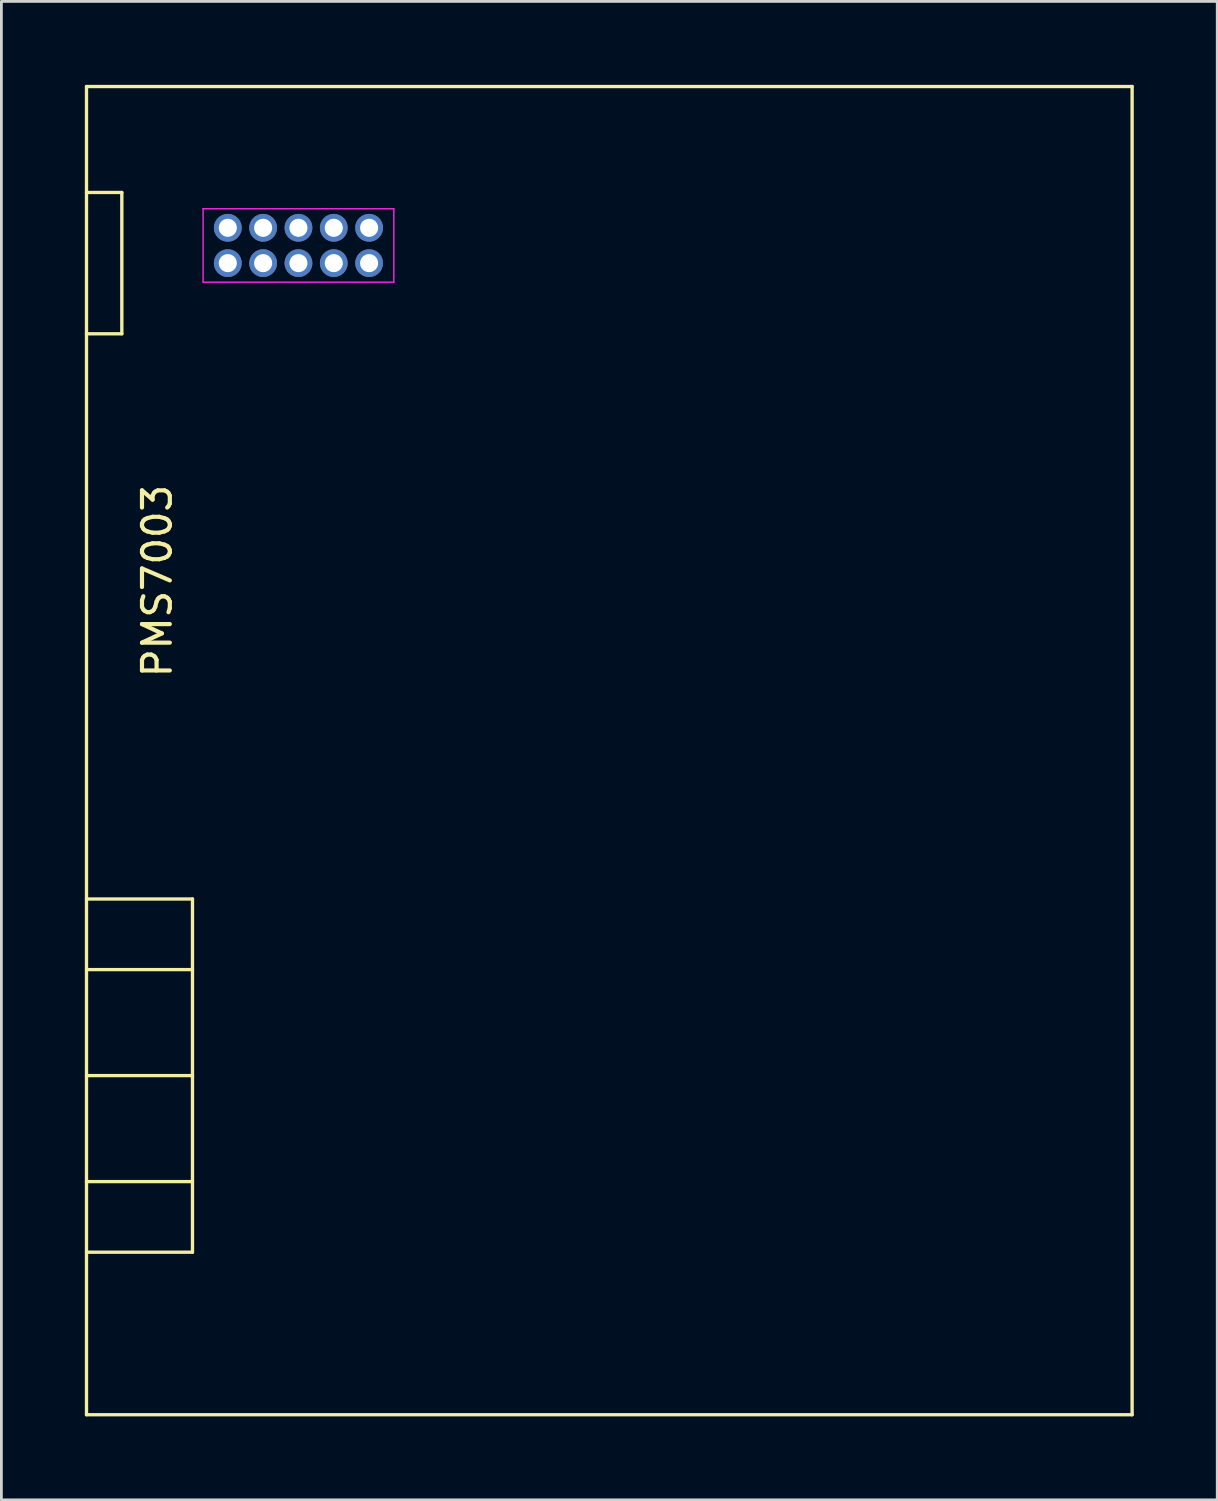
<source format=kicad_pcb>
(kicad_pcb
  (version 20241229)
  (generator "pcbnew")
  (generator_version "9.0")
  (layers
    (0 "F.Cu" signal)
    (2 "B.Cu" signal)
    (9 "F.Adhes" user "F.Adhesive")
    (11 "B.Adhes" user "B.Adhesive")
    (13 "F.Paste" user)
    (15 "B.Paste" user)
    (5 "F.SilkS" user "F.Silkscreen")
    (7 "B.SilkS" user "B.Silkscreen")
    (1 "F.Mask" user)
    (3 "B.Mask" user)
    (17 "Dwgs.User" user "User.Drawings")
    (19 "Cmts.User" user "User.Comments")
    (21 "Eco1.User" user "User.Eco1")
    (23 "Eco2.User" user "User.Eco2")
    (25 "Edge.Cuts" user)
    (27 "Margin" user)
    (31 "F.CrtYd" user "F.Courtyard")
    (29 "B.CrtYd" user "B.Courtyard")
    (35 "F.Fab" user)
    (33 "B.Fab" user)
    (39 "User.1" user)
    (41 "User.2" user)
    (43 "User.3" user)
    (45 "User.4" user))
  (footprint "PMS7003"
    (layer "F.Cu")
    (at 5.14 5.14)
    (property "Reference" "PMS7003" (at -2.54 12.7 90) (layer "F.SilkS") (effects (font (size 1 1) (thickness 0.15))))
    (attr through_hole)
    (fp_line (start -5.08 -5.08) (end -5.08 42.672) (stroke (width 0.12) (type solid)) (layer "F.SilkS"))
    (fp_line (start -5.08 -1.27) (end -3.81 -1.27) (stroke (width 0.12) (type solid)) (layer "F.SilkS"))
    (fp_line (start -5.08 26.67) (end -1.27 26.67) (stroke (width 0.12) (type solid)) (layer "F.SilkS"))
    (fp_line (start -5.08 30.48) (end -1.27 30.48) (stroke (width 0.12) (type solid)) (layer "F.SilkS"))
    (fp_line (start -5.08 34.29) (end -1.27 34.29) (stroke (width 0.12) (type solid)) (layer "F.SilkS"))
    (fp_line (start -5.08 36.83) (end -1.27 36.83) (stroke (width 0.12) (type solid)) (layer "F.SilkS"))
    (fp_line (start -5.08 42.672) (end 32.512 42.672) (stroke (width 0.12) (type solid)) (layer "F.SilkS"))
    (fp_line (start -3.81 -1.27) (end -3.81 3.81) (stroke (width 0.12) (type solid)) (layer "F.SilkS"))
    (fp_line (start -3.81 3.81) (end -5.08 3.81) (stroke (width 0.12) (type solid)) (layer "F.SilkS"))
    (fp_line (start -1.27 24.13) (end -5.08 24.13) (stroke (width 0.12) (type solid)) (layer "F.SilkS"))
    (fp_line (start -1.27 36.83) (end -1.27 24.13) (stroke (width 0.12) (type solid)) (layer "F.SilkS"))
    (fp_line (start 32.512 -5.08) (end -5.08 -5.08) (stroke (width 0.12) (type solid)) (layer "F.SilkS"))
    (fp_line (start 32.512 42.672) (end 32.512 -5.08) (stroke (width 0.12) (type solid)) (layer "F.SilkS"))
    (fp_line (start -0.889 -0.685) (end -0.889 1.955) (stroke (width 0.05) (type solid)) (layer "F.CrtYd"))
    (fp_line (start -0.889 -0.685) (end 5.969 -0.685) (stroke (width 0.05) (type solid)) (layer "F.CrtYd"))
    (fp_line (start 5.969 -0.685) (end 5.969 1.955) (stroke (width 0.05) (type solid)) (layer "F.CrtYd"))
    (fp_line (start 5.969 1.955) (end -0.889 1.955) (stroke (width 0.05) (type solid)) (layer "F.CrtYd"))
    (pad "1" thru_hole circle (at 0 0 180) (size 1 1) (drill 0.65) (layers "*.Cu" "*.Mask"))
    (pad "2" thru_hole circle (at 0 1.27 180) (size 1 1) (drill 0.65) (layers "*.Cu" "*.Mask"))
    (pad "3" thru_hole circle (at 1.27 0 180) (size 1 1) (drill 0.65) (layers "*.Cu" "*.Mask"))
    (pad "4" thru_hole circle (at 1.27 1.27 180) (size 1 1) (drill 0.65) (layers "*.Cu" "*.Mask"))
    (pad "5" thru_hole circle (at 2.54 0 180) (size 1 1) (drill 0.65) (layers "*.Cu" "*.Mask"))
    (pad "6" thru_hole circle (at 2.54 1.27 180) (size 1 1) (drill 0.65) (layers "*.Cu" "*.Mask"))
    (pad "7" thru_hole circle (at 3.81 0 180) (size 1 1) (drill 0.65) (layers "*.Cu" "*.Mask"))
    (pad "8" thru_hole circle (at 3.81 1.27 180) (size 1 1) (drill 0.65) (layers "*.Cu" "*.Mask"))
    (pad "9" thru_hole circle (at 5.08 0 180) (size 1 1) (drill 0.65) (layers "*.Cu" "*.Mask"))
    (pad "10" thru_hole circle (at 5.08 1.27 180) (size 1 1) (drill 0.65) (layers "*.Cu" "*.Mask")))
  (gr_rect
    (start -3 -3)
    (end 40.712 50.872)
    (stroke (width 0.1) (type default))
    (fill no)
    (layer "Edge.Cuts")))
</source>
